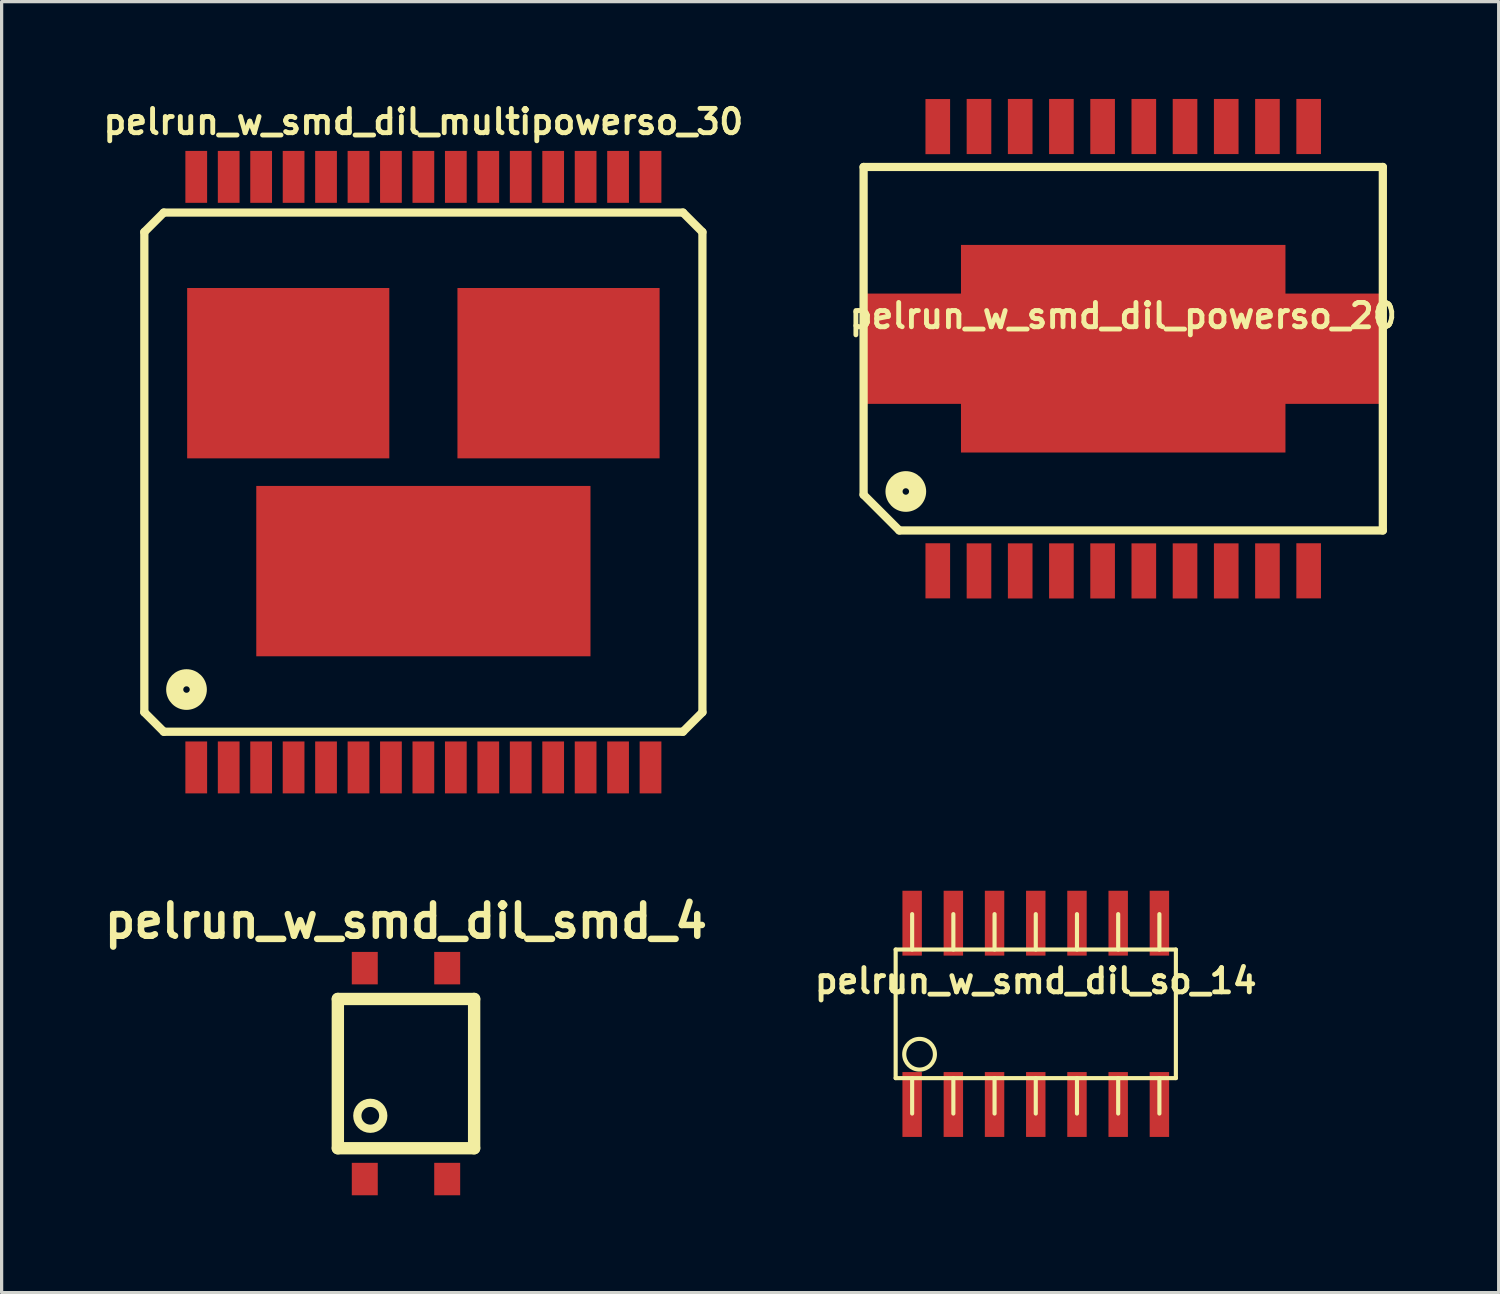
<source format=kicad_pcb>
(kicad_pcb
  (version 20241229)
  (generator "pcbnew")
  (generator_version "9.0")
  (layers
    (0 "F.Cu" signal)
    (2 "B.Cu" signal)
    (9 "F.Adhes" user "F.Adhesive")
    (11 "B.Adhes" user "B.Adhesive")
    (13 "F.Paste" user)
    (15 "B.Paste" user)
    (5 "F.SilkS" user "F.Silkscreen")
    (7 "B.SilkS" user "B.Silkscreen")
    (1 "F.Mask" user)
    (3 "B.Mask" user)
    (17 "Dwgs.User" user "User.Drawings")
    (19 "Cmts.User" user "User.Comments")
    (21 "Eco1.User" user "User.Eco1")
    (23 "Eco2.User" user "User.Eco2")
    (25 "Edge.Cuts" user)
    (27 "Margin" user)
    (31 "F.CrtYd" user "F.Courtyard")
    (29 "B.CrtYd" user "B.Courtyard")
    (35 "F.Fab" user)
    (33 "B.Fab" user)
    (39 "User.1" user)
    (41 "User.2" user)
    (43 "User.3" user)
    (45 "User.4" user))
  (footprint "pelrun_w_smd_dil_so_14"
    (layer "F.Cu")
    (at 28.871 28.195)
    (property "Reference" "pelrun_w_smd_dil_so_14" (at 0 -1.016 0) (layer "F.SilkS") (effects (font (size 0.749 0.749) (thickness 0.15))))
    (attr through_hole)
    (fp_line (start -4.318 -1.981) (end -4.318 1.981) (stroke (width 0.127) (type solid)) (layer "F.SilkS"))
    (fp_line (start -4.318 1.981) (end 4.318 1.981) (stroke (width 0.127) (type solid)) (layer "F.SilkS"))
    (fp_line (start -3.81 -1.981) (end -3.81 -3.073) (stroke (width 0.127) (type solid)) (layer "F.SilkS"))
    (fp_line (start -3.81 1.981) (end -3.81 3.073) (stroke (width 0.127) (type solid)) (layer "F.SilkS"))
    (fp_line (start -2.54 -1.981) (end -2.54 -3.073) (stroke (width 0.127) (type solid)) (layer "F.SilkS"))
    (fp_line (start -2.54 3.073) (end -2.54 1.981) (stroke (width 0.127) (type solid)) (layer "F.SilkS"))
    (fp_line (start -1.27 -1.981) (end -1.27 -3.073) (stroke (width 0.127) (type solid)) (layer "F.SilkS"))
    (fp_line (start -1.27 3.073) (end -1.27 1.981) (stroke (width 0.127) (type solid)) (layer "F.SilkS"))
    (fp_line (start 0 -1.981) (end 0 -3.073) (stroke (width 0.127) (type solid)) (layer "F.SilkS"))
    (fp_line (start 0 3.073) (end 0 1.981) (stroke (width 0.127) (type solid)) (layer "F.SilkS"))
    (fp_line (start 1.27 -3.073) (end 1.27 -1.981) (stroke (width 0.127) (type solid)) (layer "F.SilkS"))
    (fp_line (start 1.27 3.073) (end 1.27 1.981) (stroke (width 0.127) (type solid)) (layer "F.SilkS"))
    (fp_line (start 2.54 -3.073) (end 2.54 -1.981) (stroke (width 0.127) (type solid)) (layer "F.SilkS"))
    (fp_line (start 2.54 1.981) (end 2.54 3.073) (stroke (width 0.127) (type solid)) (layer "F.SilkS"))
    (fp_line (start 3.81 -3.073) (end 3.81 -1.981) (stroke (width 0.127) (type solid)) (layer "F.SilkS"))
    (fp_line (start 3.81 1.981) (end 3.81 3.073) (stroke (width 0.127) (type solid)) (layer "F.SilkS"))
    (fp_line (start 4.318 -1.981) (end -4.318 -1.981) (stroke (width 0.127) (type solid)) (layer "F.SilkS"))
    (fp_line (start 4.318 1.981) (end 4.318 -1.981) (stroke (width 0.127) (type solid)) (layer "F.SilkS"))
    (fp_circle (center -3.581 1.245) (end -3.861 1.626) (stroke (width 0.127) (type solid)) (fill no) (layer "F.SilkS"))
    (pad "1" smd rect (at -3.81 2.794) (size 0.599 1.999) (layers "F.Cu" "F.Mask" "F.Paste"))
    (pad "2" smd rect (at -2.54 2.794) (size 0.599 1.999) (layers "F.Cu" "F.Mask" "F.Paste"))
    (pad "3" smd rect (at -1.27 2.794) (size 0.599 1.999) (layers "F.Cu" "F.Mask" "F.Paste"))
    (pad "4" smd rect (at 0 2.794) (size 0.599 1.999) (layers "F.Cu" "F.Mask" "F.Paste"))
    (pad "5" smd rect (at 1.27 2.794) (size 0.599 1.999) (layers "F.Cu" "F.Mask" "F.Paste"))
    (pad "6" smd rect (at 2.54 2.794) (size 0.599 1.999) (layers "F.Cu" "F.Mask" "F.Paste"))
    (pad "7" smd rect (at 3.81 2.794) (size 0.599 1.999) (layers "F.Cu" "F.Mask" "F.Paste"))
    (pad "8" smd rect (at 3.81 -2.794) (size 0.599 1.999) (layers "F.Cu" "F.Mask" "F.Paste"))
    (pad "9" smd rect (at 2.54 -2.794) (size 0.599 1.999) (layers "F.Cu" "F.Mask" "F.Paste"))
    (pad "10" smd rect (at 1.27 -2.794) (size 0.599 1.999) (layers "F.Cu" "F.Mask" "F.Paste"))
    (pad "11" smd rect (at 0 -2.794) (size 0.599 1.999) (layers "F.Cu" "F.Mask" "F.Paste"))
    (pad "12" smd rect (at -1.27 -2.794) (size 0.599 1.999) (layers "F.Cu" "F.Mask" "F.Paste"))
    (pad "13" smd rect (at -2.54 -2.794) (size 0.599 1.999) (layers "F.Cu" "F.Mask" "F.Paste"))
    (pad "14" smd rect (at -3.81 -2.794) (size 0.599 1.999) (layers "F.Cu" "F.Mask" "F.Paste")))
  (footprint "pelrun_w_smd_dil_powerso_20"
    (layer "F.Cu")
    (at 31.566 7.697)
    (property "Reference" "pelrun_w_smd_dil_powerso_20" (at 0 -1.016 0) (layer "F.SilkS") (effects (font (size 0.749 0.749) (thickness 0.15))))
    (attr through_hole)
    (fp_line (start -8.001 -5.601) (end 8.001 -5.601) (stroke (width 0.254) (type solid)) (layer "F.SilkS"))
    (fp_line (start -8.001 4.501) (end -8.001 -5.601) (stroke (width 0.254) (type solid)) (layer "F.SilkS"))
    (fp_line (start -6.901 5.601) (end -8.001 4.501) (stroke (width 0.254) (type solid)) (layer "F.SilkS"))
    (fp_line (start -6.901 5.601) (end 8.001 5.601) (stroke (width 0.254) (type solid)) (layer "F.SilkS"))
    (fp_line (start 8.001 -5.601) (end 8.001 5.601) (stroke (width 0.254) (type solid)) (layer "F.SilkS"))
    (fp_circle (center -6.7 4.4) (end -7.2 4.4) (stroke (width 0.254) (type solid)) (fill no) (layer "F.SilkS"))
    (fp_circle (center -6.7 4.4) (end -7 4.4) (stroke (width 0.254) (type solid)) (fill no) (layer "F.SilkS"))
    (fp_circle (center -6.7 4.4) (end -6.8 4.4) (stroke (width 0.254) (type solid)) (fill no) (layer "F.SilkS"))
    (pad "1" smd rect (at -5.715 6.845) (size 0.759 1.699) (layers "F.Cu" "F.Mask" "F.Paste"))
    (pad "2" smd rect (at -4.445 6.848) (size 0.759 1.699) (layers "F.Cu" "F.Mask" "F.Paste"))
    (pad "3" smd rect (at -3.175 6.848) (size 0.759 1.699) (layers "F.Cu" "F.Mask" "F.Paste"))
    (pad "4" smd rect (at -1.905 6.848) (size 0.759 1.699) (layers "F.Cu" "F.Mask" "F.Paste"))
    (pad "5" smd rect (at -0.635 6.848) (size 0.759 1.699) (layers "F.Cu" "F.Mask" "F.Paste"))
    (pad "6" smd rect (at 0.635 6.848) (size 0.759 1.699) (layers "F.Cu" "F.Mask" "F.Paste"))
    (pad "7" smd rect (at 1.905 6.848) (size 0.759 1.699) (layers "F.Cu" "F.Mask" "F.Paste"))
    (pad "8" smd rect (at 3.175 6.848) (size 0.759 1.699) (layers "F.Cu" "F.Mask" "F.Paste"))
    (pad "9" smd rect (at 4.445 6.848) (size 0.759 1.699) (layers "F.Cu" "F.Mask" "F.Paste"))
    (pad "10" smd rect (at 5.715 6.845) (size 0.759 1.699) (layers "F.Cu" "F.Mask" "F.Paste"))
    (pad "11" smd rect (at 5.715 -6.848) (size 0.759 1.699) (layers "F.Cu" "F.Mask" "F.Paste"))
    (pad "12" smd rect (at 4.445 -6.848) (size 0.759 1.699) (layers "F.Cu" "F.Mask" "F.Paste"))
    (pad "13" smd rect (at 3.175 -6.848) (size 0.759 1.699) (layers "F.Cu" "F.Mask" "F.Paste"))
    (pad "14" smd rect (at 1.905 -6.848) (size 0.759 1.699) (layers "F.Cu" "F.Mask" "F.Paste"))
    (pad "15" smd rect (at 0.635 -6.848) (size 0.759 1.699) (layers "F.Cu" "F.Mask" "F.Paste"))
    (pad "16" smd rect (at -0.635 -6.848) (size 0.759 1.699) (layers "F.Cu" "F.Mask" "F.Paste"))
    (pad "17" smd rect (at -1.905 -6.848) (size 0.759 1.699) (layers "F.Cu" "F.Mask" "F.Paste"))
    (pad "18" smd rect (at -3.175 -6.848) (size 0.759 1.699) (layers "F.Cu" "F.Mask" "F.Paste"))
    (pad "19" smd rect (at -4.445 -6.848) (size 0.759 1.699) (layers "F.Cu" "F.Mask" "F.Paste"))
    (pad "20" smd rect (at -5.715 -6.845) (size 0.759 1.699) (layers "F.Cu" "F.Mask" "F.Paste"))
    (pad "21" smd rect (at 0 0) (size 10 6.398) (layers "F.Cu" "F.Mask" "F.Paste"))
    (pad "21" smd rect (at 0 0) (size 16.099 3.399) (layers "F.Cu" "F.Mask" "F.Paste")))
  (footprint "pelrun_w_smd_dil_multipowerso_30"
    (layer "F.Cu")
    (at 9.998 11.501)
    (property "Reference" "pelrun_w_smd_dil_multipowerso_30" (at 0 -10.8 0) (layer "F.SilkS") (effects (font (size 0.749 0.749) (thickness 0.15))))
    (attr through_hole)
    (fp_line (start -8.6 -7.4) (end -8.6 7.4) (stroke (width 0.254) (type solid)) (layer "F.SilkS"))
    (fp_line (start -8.6 -7.4) (end -8 -8) (stroke (width 0.254) (type solid)) (layer "F.SilkS"))
    (fp_line (start -8.6 7.4) (end -8 8) (stroke (width 0.254) (type solid)) (layer "F.SilkS"))
    (fp_line (start -8 -8) (end 8 -8) (stroke (width 0.254) (type solid)) (layer "F.SilkS"))
    (fp_line (start -8 8) (end 8 8) (stroke (width 0.254) (type solid)) (layer "F.SilkS"))
    (fp_line (start 8 -8) (end 8.6 -7.4) (stroke (width 0.254) (type solid)) (layer "F.SilkS"))
    (fp_line (start 8 8) (end 8.6 7.4) (stroke (width 0.254) (type solid)) (layer "F.SilkS"))
    (fp_line (start 8.6 -7.4) (end 8.6 7.4) (stroke (width 0.254) (type solid)) (layer "F.SilkS"))
    (fp_circle (center -7.3 6.7) (end -7.6 6.7) (stroke (width 0.254) (type solid)) (fill no) (layer "F.SilkS"))
    (fp_circle (center -7.3 6.7) (end -7.4 6.7) (stroke (width 0.254) (type solid)) (fill no) (layer "F.SilkS"))
    (fp_circle (center -7.3 6.7) (end -6.8 6.7) (stroke (width 0.254) (type solid)) (fill no) (layer "F.SilkS"))
    (pad "1" smd rect (at -7 9.1) (size 0.67 1.6) (layers "F.Cu" "F.Mask" "F.Paste"))
    (pad "2" smd rect (at -6 9.1) (size 0.67 1.6) (layers "F.Cu" "F.Mask" "F.Paste"))
    (pad "3" smd rect (at -5 9.1) (size 0.67 1.6) (layers "F.Cu" "F.Mask" "F.Paste"))
    (pad "4" smd rect (at -4 9.1) (size 0.67 1.6) (layers "F.Cu" "F.Mask" "F.Paste"))
    (pad "5" smd rect (at -3 9.1) (size 0.67 1.6) (layers "F.Cu" "F.Mask" "F.Paste"))
    (pad "6" smd rect (at -2 9.1) (size 0.67 1.6) (layers "F.Cu" "F.Mask" "F.Paste"))
    (pad "7" smd rect (at -1 9.1) (size 0.67 1.6) (layers "F.Cu" "F.Mask" "F.Paste"))
    (pad "8" smd rect (at 0 9.1) (size 0.67 1.6) (layers "F.Cu" "F.Mask" "F.Paste"))
    (pad "9" smd rect (at 1 9.1) (size 0.67 1.6) (layers "F.Cu" "F.Mask" "F.Paste"))
    (pad "10" smd rect (at 2 9.1) (size 0.67 1.6) (layers "F.Cu" "F.Mask" "F.Paste"))
    (pad "11" smd rect (at 3 9.1) (size 0.67 1.6) (layers "F.Cu" "F.Mask" "F.Paste"))
    (pad "12" smd rect (at 4 9.1) (size 0.67 1.6) (layers "F.Cu" "F.Mask" "F.Paste"))
    (pad "13" smd rect (at 5 9.1) (size 0.67 1.6) (layers "F.Cu" "F.Mask" "F.Paste"))
    (pad "14" smd rect (at 6 9.1) (size 0.67 1.6) (layers "F.Cu" "F.Mask" "F.Paste"))
    (pad "15" smd rect (at 7 9.1) (size 0.67 1.6) (layers "F.Cu" "F.Mask" "F.Paste"))
    (pad "16" smd rect (at 7 -9.1) (size 0.67 1.6) (layers "F.Cu" "F.Mask" "F.Paste"))
    (pad "17" smd rect (at 6 -9.1) (size 0.67 1.6) (layers "F.Cu" "F.Mask" "F.Paste"))
    (pad "18" smd rect (at 5 -9.1) (size 0.67 1.6) (layers "F.Cu" "F.Mask" "F.Paste"))
    (pad "19" smd rect (at 4 -9.1) (size 0.67 1.6) (layers "F.Cu" "F.Mask" "F.Paste"))
    (pad "20" smd rect (at 3 -9.1) (size 0.67 1.6) (layers "F.Cu" "F.Mask" "F.Paste"))
    (pad "21" smd rect (at 2 -9.1) (size 0.67 1.6) (layers "F.Cu" "F.Mask" "F.Paste"))
    (pad "22" smd rect (at 1 -9.1) (size 0.67 1.6) (layers "F.Cu" "F.Mask" "F.Paste"))
    (pad "23" smd rect (at 0 -9.1) (size 0.67 1.6) (layers "F.Cu" "F.Mask" "F.Paste"))
    (pad "24" smd rect (at -1 -9.1) (size 0.67 1.6) (layers "F.Cu" "F.Mask" "F.Paste"))
    (pad "25" smd rect (at -2 -9.1) (size 0.67 1.6) (layers "F.Cu" "F.Mask" "F.Paste"))
    (pad "26" smd rect (at -3 -9.1) (size 0.67 1.6) (layers "F.Cu" "F.Mask" "F.Paste"))
    (pad "27" smd rect (at -4 -9.1) (size 0.67 1.6) (layers "F.Cu" "F.Mask" "F.Paste"))
    (pad "28" smd rect (at -5 -9.1) (size 0.67 1.6) (layers "F.Cu" "F.Mask" "F.Paste"))
    (pad "29" smd rect (at -6 -9.1) (size 0.67 1.6) (layers "F.Cu" "F.Mask" "F.Paste"))
    (pad "30" smd rect (at -7 -9.1) (size 0.67 1.6) (layers "F.Cu" "F.Mask" "F.Paste"))
    (pad "31" smd rect (at 0 3.05) (size 10.3 5.25) (layers "F.Cu" "F.Mask" "F.Paste"))
    (pad "32" smd rect (at 4.165 -3.05) (size 6.23 5.25) (layers "F.Cu" "F.Mask" "F.Paste"))
    (pad "33" smd rect (at -4.165 -3.05) (size 6.23 5.25) (layers "F.Cu" "F.Mask" "F.Paste")))
  (footprint "pelrun_w_smd_dil_smd_4"
    (layer "F.Cu")
    (at 9.462 30.037)
    (property "Reference" "pelrun_w_smd_dil_smd_4" (at 0 -4.7 0) (layer "F.SilkS") (effects (font (size 1 1) (thickness 0.2))))
    (attr through_hole)
    (fp_line (start -2.1 -2.3) (end -2.1 2.3) (stroke (width 0.381) (type solid)) (layer "F.SilkS"))
    (fp_line (start -2.1 2.3) (end 2.1 2.3) (stroke (width 0.381) (type solid)) (layer "F.SilkS"))
    (fp_line (start 2.1 -2.3) (end -2.1 -2.3) (stroke (width 0.381) (type solid)) (layer "F.SilkS"))
    (fp_line (start 2.1 2.3) (end 2.1 -2.3) (stroke (width 0.381) (type solid)) (layer "F.SilkS"))
    (fp_circle (center -1.1 1.3) (end -1.1 1.7) (stroke (width 0.254) (type solid)) (fill no) (layer "F.SilkS"))
    (pad "1" smd rect (at -1.27 3.25) (size 0.8 1) (layers "F.Cu" "F.Mask" "F.Paste"))
    (pad "2" smd rect (at 1.27 3.25) (size 0.8 1) (layers "F.Cu" "F.Mask" "F.Paste"))
    (pad "3" smd rect (at 1.27 -3.25) (size 0.8 1) (layers "F.Cu" "F.Mask" "F.Paste"))
    (pad "4" smd rect (at -1.27 -3.25) (size 0.8 1) (layers "F.Cu" "F.Mask" "F.Paste")))
  (gr_rect
    (start -3 -3)
    (end 43.137 36.787)
    (stroke (width 0.1) (type default))
    (fill no)
    (layer "Edge.Cuts")))
</source>
